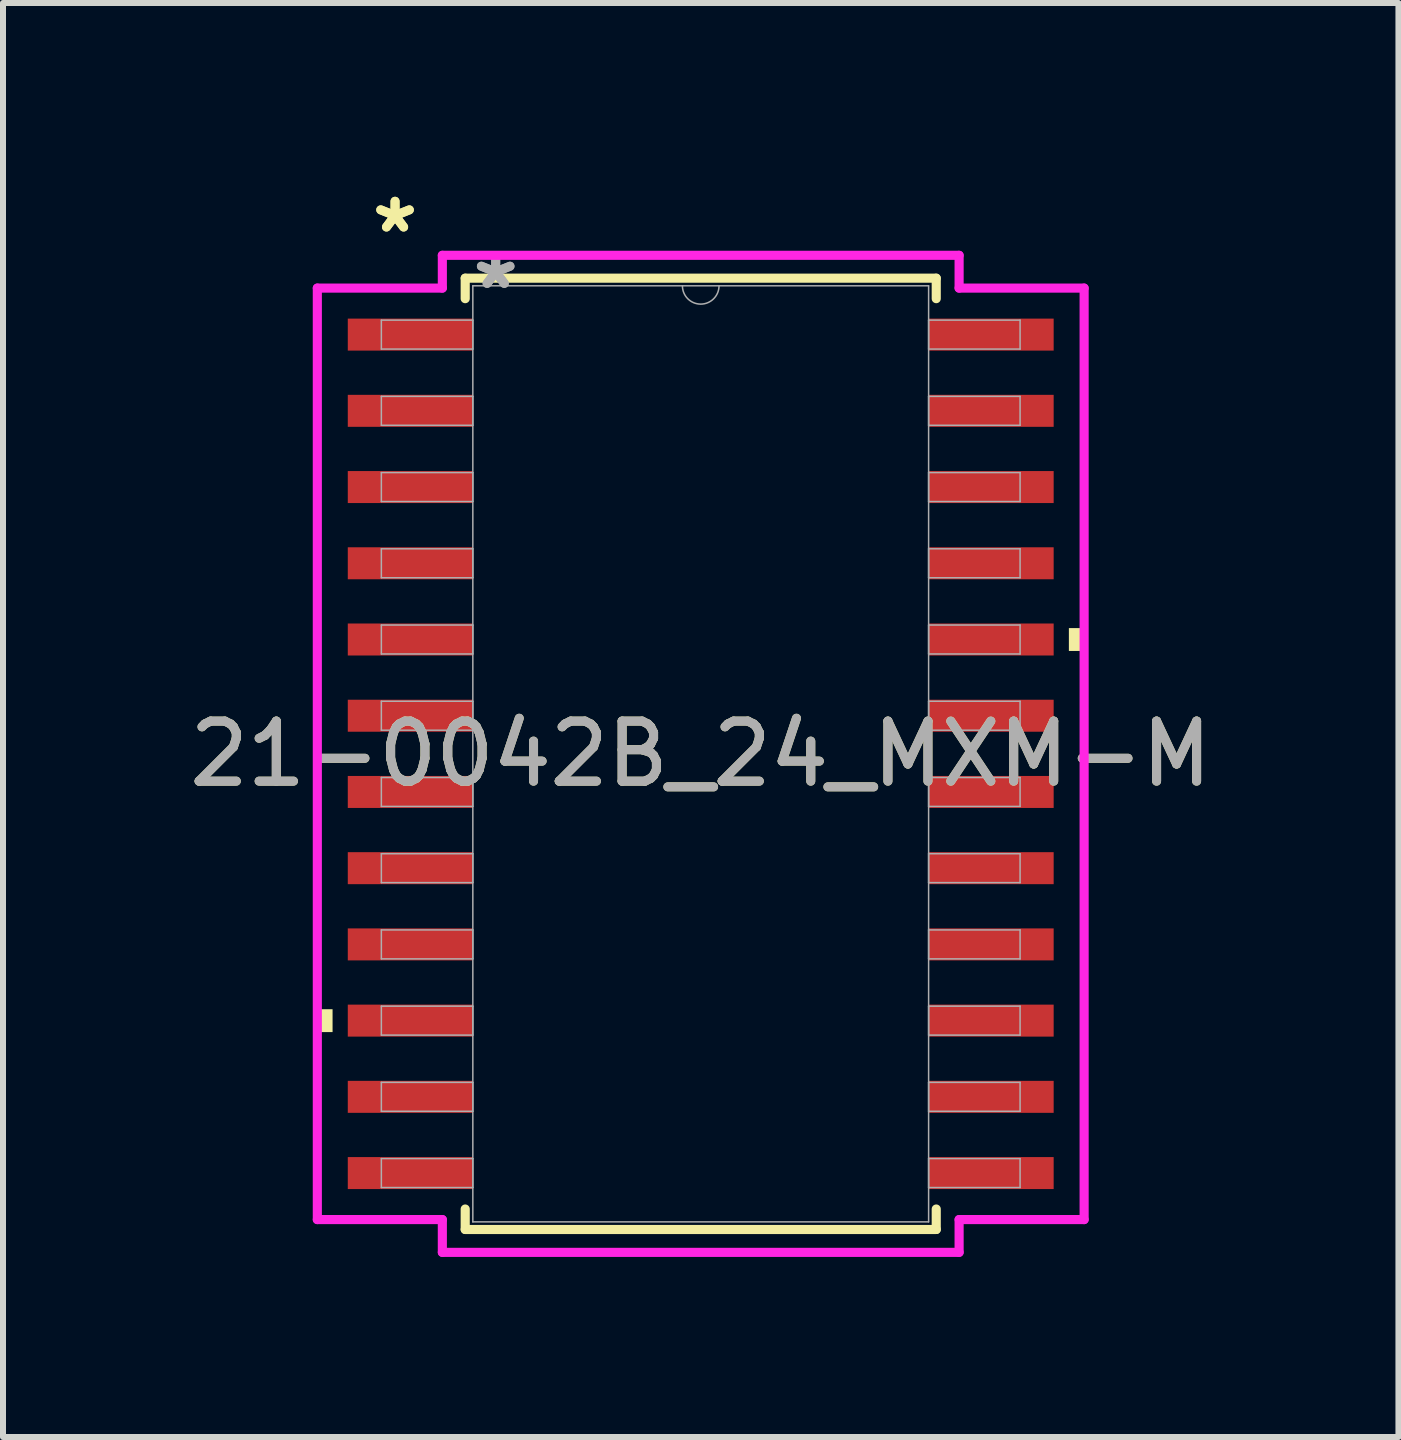
<source format=kicad_pcb>
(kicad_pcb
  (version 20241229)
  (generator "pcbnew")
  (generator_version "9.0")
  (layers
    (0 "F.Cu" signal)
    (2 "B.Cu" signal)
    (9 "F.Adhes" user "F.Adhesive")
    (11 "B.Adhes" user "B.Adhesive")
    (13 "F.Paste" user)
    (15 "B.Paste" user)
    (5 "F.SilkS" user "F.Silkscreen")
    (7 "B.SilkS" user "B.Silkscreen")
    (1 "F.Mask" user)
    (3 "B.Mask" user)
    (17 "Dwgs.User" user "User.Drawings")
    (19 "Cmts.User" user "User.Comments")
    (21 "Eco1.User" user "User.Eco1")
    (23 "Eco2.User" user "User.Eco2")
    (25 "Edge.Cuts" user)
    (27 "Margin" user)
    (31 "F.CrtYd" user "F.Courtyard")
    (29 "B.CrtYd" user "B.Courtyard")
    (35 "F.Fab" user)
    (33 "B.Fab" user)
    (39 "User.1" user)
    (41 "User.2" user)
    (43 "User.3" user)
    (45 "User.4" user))
  (footprint "21-0042B_24_MXM-M"
    (layer "F.Cu")
    (at 8.625 9.51)
    (property "Reference" "21-0042B_24_MXM-M" (at 0 0 0) (unlocked yes) (layer "F.SilkS") (effects (font (size 1 1) (thickness 0.15))))
    (attr smd)
    (fp_line (start -3.924 -7.925) (end -3.924 -7.584) (stroke (width 0.152) (type solid)) (layer "F.SilkS"))
    (fp_line (start -3.924 7.584) (end -3.924 7.925) (stroke (width 0.152) (type solid)) (layer "F.SilkS"))
    (fp_line (start -3.924 7.925) (end 3.924 7.925) (stroke (width 0.152) (type solid)) (layer "F.SilkS"))
    (fp_line (start 3.924 -7.925) (end -3.924 -7.925) (stroke (width 0.152) (type solid)) (layer "F.SilkS"))
    (fp_line (start 3.924 -7.584) (end 3.924 -7.925) (stroke (width 0.152) (type solid)) (layer "F.SilkS"))
    (fp_line (start 3.924 7.925) (end 3.924 7.584) (stroke (width 0.152) (type solid)) (layer "F.SilkS"))
    (fp_poly (pts (xy -6.388 4.255) (xy -6.388 4.636) (xy -6.134 4.636) (xy -6.134 4.255)) (stroke (width 0) (type solid)) (fill yes) (layer "F.SilkS"))
    (fp_poly (pts (xy 6.388 -2.095) (xy 6.388 -1.714) (xy 6.134 -1.714) (xy 6.134 -2.095)) (stroke (width 0) (type solid)) (fill yes) (layer "F.SilkS"))
    (fp_line (start -6.388 -7.76) (end -4.305 -7.76) (stroke (width 0.152) (type solid)) (layer "F.CrtYd"))
    (fp_line (start -6.388 7.76) (end -6.388 -7.76) (stroke (width 0.152) (type solid)) (layer "F.CrtYd"))
    (fp_line (start -6.388 7.76) (end -4.305 7.76) (stroke (width 0.152) (type solid)) (layer "F.CrtYd"))
    (fp_line (start -4.305 -8.306) (end 4.305 -8.306) (stroke (width 0.152) (type solid)) (layer "F.CrtYd"))
    (fp_line (start -4.305 -7.76) (end -4.305 -8.306) (stroke (width 0.152) (type solid)) (layer "F.CrtYd"))
    (fp_line (start -4.305 8.306) (end -4.305 7.76) (stroke (width 0.152) (type solid)) (layer "F.CrtYd"))
    (fp_line (start 4.305 -8.306) (end 4.305 -7.76) (stroke (width 0.152) (type solid)) (layer "F.CrtYd"))
    (fp_line (start 4.305 7.76) (end 4.305 8.306) (stroke (width 0.152) (type solid)) (layer "F.CrtYd"))
    (fp_line (start 4.305 8.306) (end -4.305 8.306) (stroke (width 0.152) (type solid)) (layer "F.CrtYd"))
    (fp_line (start 6.388 -7.76) (end 4.305 -7.76) (stroke (width 0.152) (type solid)) (layer "F.CrtYd"))
    (fp_line (start 6.388 -7.76) (end 6.388 7.76) (stroke (width 0.152) (type solid)) (layer "F.CrtYd"))
    (fp_line (start 6.388 7.76) (end 4.305 7.76) (stroke (width 0.152) (type solid)) (layer "F.CrtYd"))
    (fp_line (start -5.321 -7.226) (end -5.321 -6.744) (stroke (width 0.025) (type solid)) (layer "F.Fab"))
    (fp_line (start -5.321 -6.744) (end -3.797 -6.744) (stroke (width 0.025) (type solid)) (layer "F.Fab"))
    (fp_line (start -5.321 -5.956) (end -5.321 -5.474) (stroke (width 0.025) (type solid)) (layer "F.Fab"))
    (fp_line (start -5.321 -5.474) (end -3.797 -5.474) (stroke (width 0.025) (type solid)) (layer "F.Fab"))
    (fp_line (start -5.321 -4.686) (end -5.321 -4.204) (stroke (width 0.025) (type solid)) (layer "F.Fab"))
    (fp_line (start -5.321 -4.204) (end -3.797 -4.204) (stroke (width 0.025) (type solid)) (layer "F.Fab"))
    (fp_line (start -5.321 -3.416) (end -5.321 -2.934) (stroke (width 0.025) (type solid)) (layer "F.Fab"))
    (fp_line (start -5.321 -2.934) (end -3.797 -2.934) (stroke (width 0.025) (type solid)) (layer "F.Fab"))
    (fp_line (start -5.321 -2.146) (end -5.321 -1.664) (stroke (width 0.025) (type solid)) (layer "F.Fab"))
    (fp_line (start -5.321 -1.664) (end -3.797 -1.664) (stroke (width 0.025) (type solid)) (layer "F.Fab"))
    (fp_line (start -5.321 -0.876) (end -5.321 -0.394) (stroke (width 0.025) (type solid)) (layer "F.Fab"))
    (fp_line (start -5.321 -0.394) (end -3.797 -0.394) (stroke (width 0.025) (type solid)) (layer "F.Fab"))
    (fp_line (start -5.321 0.394) (end -5.321 0.876) (stroke (width 0.025) (type solid)) (layer "F.Fab"))
    (fp_line (start -5.321 0.876) (end -3.797 0.876) (stroke (width 0.025) (type solid)) (layer "F.Fab"))
    (fp_line (start -5.321 1.664) (end -5.321 2.146) (stroke (width 0.025) (type solid)) (layer "F.Fab"))
    (fp_line (start -5.321 2.146) (end -3.797 2.146) (stroke (width 0.025) (type solid)) (layer "F.Fab"))
    (fp_line (start -5.321 2.934) (end -5.321 3.416) (stroke (width 0.025) (type solid)) (layer "F.Fab"))
    (fp_line (start -5.321 3.416) (end -3.797 3.416) (stroke (width 0.025) (type solid)) (layer "F.Fab"))
    (fp_line (start -5.321 4.204) (end -5.321 4.686) (stroke (width 0.025) (type solid)) (layer "F.Fab"))
    (fp_line (start -5.321 4.686) (end -3.797 4.686) (stroke (width 0.025) (type solid)) (layer "F.Fab"))
    (fp_line (start -5.321 5.474) (end -5.321 5.956) (stroke (width 0.025) (type solid)) (layer "F.Fab"))
    (fp_line (start -5.321 5.956) (end -3.797 5.956) (stroke (width 0.025) (type solid)) (layer "F.Fab"))
    (fp_line (start -5.321 6.744) (end -5.321 7.226) (stroke (width 0.025) (type solid)) (layer "F.Fab"))
    (fp_line (start -5.321 7.226) (end -3.797 7.226) (stroke (width 0.025) (type solid)) (layer "F.Fab"))
    (fp_line (start -3.797 -7.798) (end -3.797 7.798) (stroke (width 0.025) (type solid)) (layer "F.Fab"))
    (fp_line (start -3.797 -7.226) (end -5.321 -7.226) (stroke (width 0.025) (type solid)) (layer "F.Fab"))
    (fp_line (start -3.797 -6.744) (end -3.797 -7.226) (stroke (width 0.025) (type solid)) (layer "F.Fab"))
    (fp_line (start -3.797 -5.956) (end -5.321 -5.956) (stroke (width 0.025) (type solid)) (layer "F.Fab"))
    (fp_line (start -3.797 -5.474) (end -3.797 -5.956) (stroke (width 0.025) (type solid)) (layer "F.Fab"))
    (fp_line (start -3.797 -4.686) (end -5.321 -4.686) (stroke (width 0.025) (type solid)) (layer "F.Fab"))
    (fp_line (start -3.797 -4.204) (end -3.797 -4.686) (stroke (width 0.025) (type solid)) (layer "F.Fab"))
    (fp_line (start -3.797 -3.416) (end -5.321 -3.416) (stroke (width 0.025) (type solid)) (layer "F.Fab"))
    (fp_line (start -3.797 -2.934) (end -3.797 -3.416) (stroke (width 0.025) (type solid)) (layer "F.Fab"))
    (fp_line (start -3.797 -2.146) (end -5.321 -2.146) (stroke (width 0.025) (type solid)) (layer "F.Fab"))
    (fp_line (start -3.797 -1.664) (end -3.797 -2.146) (stroke (width 0.025) (type solid)) (layer "F.Fab"))
    (fp_line (start -3.797 -0.876) (end -5.321 -0.876) (stroke (width 0.025) (type solid)) (layer "F.Fab"))
    (fp_line (start -3.797 -0.394) (end -3.797 -0.876) (stroke (width 0.025) (type solid)) (layer "F.Fab"))
    (fp_line (start -3.797 0.394) (end -5.321 0.394) (stroke (width 0.025) (type solid)) (layer "F.Fab"))
    (fp_line (start -3.797 0.876) (end -3.797 0.394) (stroke (width 0.025) (type solid)) (layer "F.Fab"))
    (fp_line (start -3.797 1.664) (end -5.321 1.664) (stroke (width 0.025) (type solid)) (layer "F.Fab"))
    (fp_line (start -3.797 2.146) (end -3.797 1.664) (stroke (width 0.025) (type solid)) (layer "F.Fab"))
    (fp_line (start -3.797 2.934) (end -5.321 2.934) (stroke (width 0.025) (type solid)) (layer "F.Fab"))
    (fp_line (start -3.797 3.416) (end -3.797 2.934) (stroke (width 0.025) (type solid)) (layer "F.Fab"))
    (fp_line (start -3.797 4.204) (end -5.321 4.204) (stroke (width 0.025) (type solid)) (layer "F.Fab"))
    (fp_line (start -3.797 4.686) (end -3.797 4.204) (stroke (width 0.025) (type solid)) (layer "F.Fab"))
    (fp_line (start -3.797 5.474) (end -5.321 5.474) (stroke (width 0.025) (type solid)) (layer "F.Fab"))
    (fp_line (start -3.797 5.956) (end -3.797 5.474) (stroke (width 0.025) (type solid)) (layer "F.Fab"))
    (fp_line (start -3.797 6.744) (end -5.321 6.744) (stroke (width 0.025) (type solid)) (layer "F.Fab"))
    (fp_line (start -3.797 7.226) (end -3.797 6.744) (stroke (width 0.025) (type solid)) (layer "F.Fab"))
    (fp_line (start -3.797 7.798) (end 3.797 7.798) (stroke (width 0.025) (type solid)) (layer "F.Fab"))
    (fp_line (start 3.797 -7.798) (end -3.797 -7.798) (stroke (width 0.025) (type solid)) (layer "F.Fab"))
    (fp_line (start 3.797 -7.226) (end 3.797 -6.744) (stroke (width 0.025) (type solid)) (layer "F.Fab"))
    (fp_line (start 3.797 -6.744) (end 5.321 -6.744) (stroke (width 0.025) (type solid)) (layer "F.Fab"))
    (fp_line (start 3.797 -5.956) (end 3.797 -5.474) (stroke (width 0.025) (type solid)) (layer "F.Fab"))
    (fp_line (start 3.797 -5.474) (end 5.321 -5.474) (stroke (width 0.025) (type solid)) (layer "F.Fab"))
    (fp_line (start 3.797 -4.686) (end 3.797 -4.204) (stroke (width 0.025) (type solid)) (layer "F.Fab"))
    (fp_line (start 3.797 -4.204) (end 5.321 -4.204) (stroke (width 0.025) (type solid)) (layer "F.Fab"))
    (fp_line (start 3.797 -3.416) (end 3.797 -2.934) (stroke (width 0.025) (type solid)) (layer "F.Fab"))
    (fp_line (start 3.797 -2.934) (end 5.321 -2.934) (stroke (width 0.025) (type solid)) (layer "F.Fab"))
    (fp_line (start 3.797 -2.146) (end 3.797 -1.664) (stroke (width 0.025) (type solid)) (layer "F.Fab"))
    (fp_line (start 3.797 -1.664) (end 5.321 -1.664) (stroke (width 0.025) (type solid)) (layer "F.Fab"))
    (fp_line (start 3.797 -0.876) (end 3.797 -0.394) (stroke (width 0.025) (type solid)) (layer "F.Fab"))
    (fp_line (start 3.797 -0.394) (end 5.321 -0.394) (stroke (width 0.025) (type solid)) (layer "F.Fab"))
    (fp_line (start 3.797 0.394) (end 3.797 0.876) (stroke (width 0.025) (type solid)) (layer "F.Fab"))
    (fp_line (start 3.797 0.876) (end 5.321 0.876) (stroke (width 0.025) (type solid)) (layer "F.Fab"))
    (fp_line (start 3.797 1.664) (end 3.797 2.146) (stroke (width 0.025) (type solid)) (layer "F.Fab"))
    (fp_line (start 3.797 2.146) (end 5.321 2.146) (stroke (width 0.025) (type solid)) (layer "F.Fab"))
    (fp_line (start 3.797 2.934) (end 3.797 3.416) (stroke (width 0.025) (type solid)) (layer "F.Fab"))
    (fp_line (start 3.797 3.416) (end 5.321 3.416) (stroke (width 0.025) (type solid)) (layer "F.Fab"))
    (fp_line (start 3.797 4.204) (end 3.797 4.686) (stroke (width 0.025) (type solid)) (layer "F.Fab"))
    (fp_line (start 3.797 4.686) (end 5.321 4.686) (stroke (width 0.025) (type solid)) (layer "F.Fab"))
    (fp_line (start 3.797 5.474) (end 3.797 5.956) (stroke (width 0.025) (type solid)) (layer "F.Fab"))
    (fp_line (start 3.797 5.956) (end 5.321 5.956) (stroke (width 0.025) (type solid)) (layer "F.Fab"))
    (fp_line (start 3.797 6.744) (end 3.797 7.226) (stroke (width 0.025) (type solid)) (layer "F.Fab"))
    (fp_line (start 3.797 7.226) (end 5.321 7.226) (stroke (width 0.025) (type solid)) (layer "F.Fab"))
    (fp_line (start 3.797 7.798) (end 3.797 -7.798) (stroke (width 0.025) (type solid)) (layer "F.Fab"))
    (fp_line (start 5.321 -7.226) (end 3.797 -7.226) (stroke (width 0.025) (type solid)) (layer "F.Fab"))
    (fp_line (start 5.321 -6.744) (end 5.321 -7.226) (stroke (width 0.025) (type solid)) (layer "F.Fab"))
    (fp_line (start 5.321 -5.956) (end 3.797 -5.956) (stroke (width 0.025) (type solid)) (layer "F.Fab"))
    (fp_line (start 5.321 -5.474) (end 5.321 -5.956) (stroke (width 0.025) (type solid)) (layer "F.Fab"))
    (fp_line (start 5.321 -4.686) (end 3.797 -4.686) (stroke (width 0.025) (type solid)) (layer "F.Fab"))
    (fp_line (start 5.321 -4.204) (end 5.321 -4.686) (stroke (width 0.025) (type solid)) (layer "F.Fab"))
    (fp_line (start 5.321 -3.416) (end 3.797 -3.416) (stroke (width 0.025) (type solid)) (layer "F.Fab"))
    (fp_line (start 5.321 -2.934) (end 5.321 -3.416) (stroke (width 0.025) (type solid)) (layer "F.Fab"))
    (fp_line (start 5.321 -2.146) (end 3.797 -2.146) (stroke (width 0.025) (type solid)) (layer "F.Fab"))
    (fp_line (start 5.321 -1.664) (end 5.321 -2.146) (stroke (width 0.025) (type solid)) (layer "F.Fab"))
    (fp_line (start 5.321 -0.876) (end 3.797 -0.876) (stroke (width 0.025) (type solid)) (layer "F.Fab"))
    (fp_line (start 5.321 -0.394) (end 5.321 -0.876) (stroke (width 0.025) (type solid)) (layer "F.Fab"))
    (fp_line (start 5.321 0.394) (end 3.797 0.394) (stroke (width 0.025) (type solid)) (layer "F.Fab"))
    (fp_line (start 5.321 0.876) (end 5.321 0.394) (stroke (width 0.025) (type solid)) (layer "F.Fab"))
    (fp_line (start 5.321 1.664) (end 3.797 1.664) (stroke (width 0.025) (type solid)) (layer "F.Fab"))
    (fp_line (start 5.321 2.146) (end 5.321 1.664) (stroke (width 0.025) (type solid)) (layer "F.Fab"))
    (fp_line (start 5.321 2.934) (end 3.797 2.934) (stroke (width 0.025) (type solid)) (layer "F.Fab"))
    (fp_line (start 5.321 3.416) (end 5.321 2.934) (stroke (width 0.025) (type solid)) (layer "F.Fab"))
    (fp_line (start 5.321 4.204) (end 3.797 4.204) (stroke (width 0.025) (type solid)) (layer "F.Fab"))
    (fp_line (start 5.321 4.686) (end 5.321 4.204) (stroke (width 0.025) (type solid)) (layer "F.Fab"))
    (fp_line (start 5.321 5.474) (end 3.797 5.474) (stroke (width 0.025) (type solid)) (layer "F.Fab"))
    (fp_line (start 5.321 5.956) (end 5.321 5.474) (stroke (width 0.025) (type solid)) (layer "F.Fab"))
    (fp_line (start 5.321 6.744) (end 3.797 6.744) (stroke (width 0.025) (type solid)) (layer "F.Fab"))
    (fp_line (start 5.321 7.226) (end 5.321 6.744) (stroke (width 0.025) (type solid)) (layer "F.Fab"))
    (fp_arc (start 0.3048 -7.7978) (mid 0 -7.493) (end -0.3048 -7.7978) (stroke (width 0.0254) (type solid)) (layer "F.Fab"))
    (fp_text user "*" (at -5.093 -8.661 0) (unlocked yes) (layer "F.SilkS") (effects (font (size 1 1) (thickness 0.15))))
    (fp_text user "*" (at -5.093 -8.661 0) (layer "F.SilkS") (effects (font (size 1 1) (thickness 0.15))))
    (fp_text user "*" (at -3.416 -7.722 0) (unlocked yes) (layer "F.Fab") (effects (font (size 1 1) (thickness 0.15))))
    (fp_text user "*" (at -3.416 -7.722 0) (layer "F.Fab") (effects (font (size 1 1) (thickness 0.15))))
    (fp_text user "${REFERENCE}" (at 0 0 0) (unlocked yes) (layer "F.Fab") (effects (font (size 1 1) (thickness 0.15))))
    (pad "1" smd rect (at -4.839 -6.985) (size 2.083 0.533) (layers "F.Cu" "F.Mask" "F.Paste"))
    (pad "2" smd rect (at -4.839 -5.715) (size 2.083 0.533) (layers "F.Cu" "F.Mask" "F.Paste"))
    (pad "3" smd rect (at -4.839 -4.445) (size 2.083 0.533) (layers "F.Cu" "F.Mask" "F.Paste"))
    (pad "4" smd rect (at -4.839 -3.175) (size 2.083 0.533) (layers "F.Cu" "F.Mask" "F.Paste"))
    (pad "5" smd rect (at -4.839 -1.905) (size 2.083 0.533) (layers "F.Cu" "F.Mask" "F.Paste"))
    (pad "6" smd rect (at -4.839 -0.635) (size 2.083 0.533) (layers "F.Cu" "F.Mask" "F.Paste"))
    (pad "7" smd rect (at -4.839 0.635) (size 2.083 0.533) (layers "F.Cu" "F.Mask" "F.Paste"))
    (pad "8" smd rect (at -4.839 1.905) (size 2.083 0.533) (layers "F.Cu" "F.Mask" "F.Paste"))
    (pad "9" smd rect (at -4.839 3.175) (size 2.083 0.533) (layers "F.Cu" "F.Mask" "F.Paste"))
    (pad "10" smd rect (at -4.839 4.445) (size 2.083 0.533) (layers "F.Cu" "F.Mask" "F.Paste"))
    (pad "11" smd rect (at -4.839 5.715) (size 2.083 0.533) (layers "F.Cu" "F.Mask" "F.Paste"))
    (pad "12" smd rect (at -4.839 6.985) (size 2.083 0.533) (layers "F.Cu" "F.Mask" "F.Paste"))
    (pad "13" smd rect (at 4.839 6.985) (size 2.083 0.533) (layers "F.Cu" "F.Mask" "F.Paste"))
    (pad "14" smd rect (at 4.839 5.715) (size 2.083 0.533) (layers "F.Cu" "F.Mask" "F.Paste"))
    (pad "15" smd rect (at 4.839 4.445) (size 2.083 0.533) (layers "F.Cu" "F.Mask" "F.Paste"))
    (pad "16" smd rect (at 4.839 3.175) (size 2.083 0.533) (layers "F.Cu" "F.Mask" "F.Paste"))
    (pad "17" smd rect (at 4.839 1.905) (size 2.083 0.533) (layers "F.Cu" "F.Mask" "F.Paste"))
    (pad "18" smd rect (at 4.839 0.635) (size 2.083 0.533) (layers "F.Cu" "F.Mask" "F.Paste"))
    (pad "19" smd rect (at 4.839 -0.635) (size 2.083 0.533) (layers "F.Cu" "F.Mask" "F.Paste"))
    (pad "20" smd rect (at 4.839 -1.905) (size 2.083 0.533) (layers "F.Cu" "F.Mask" "F.Paste"))
    (pad "21" smd rect (at 4.839 -3.175) (size 2.083 0.533) (layers "F.Cu" "F.Mask" "F.Paste"))
    (pad "22" smd rect (at 4.839 -4.445) (size 2.083 0.533) (layers "F.Cu" "F.Mask" "F.Paste"))
    (pad "23" smd rect (at 4.839 -5.715) (size 2.083 0.533) (layers "F.Cu" "F.Mask" "F.Paste"))
    (pad "24" smd rect (at 4.839 -6.985) (size 2.083 0.533) (layers "F.Cu" "F.Mask" "F.Paste")))
  (gr_rect
    (start -3 -3)
    (end 20.25 20.892)
    (stroke (width 0.1) (type default))
    (fill no)
    (layer "Edge.Cuts")))
</source>
